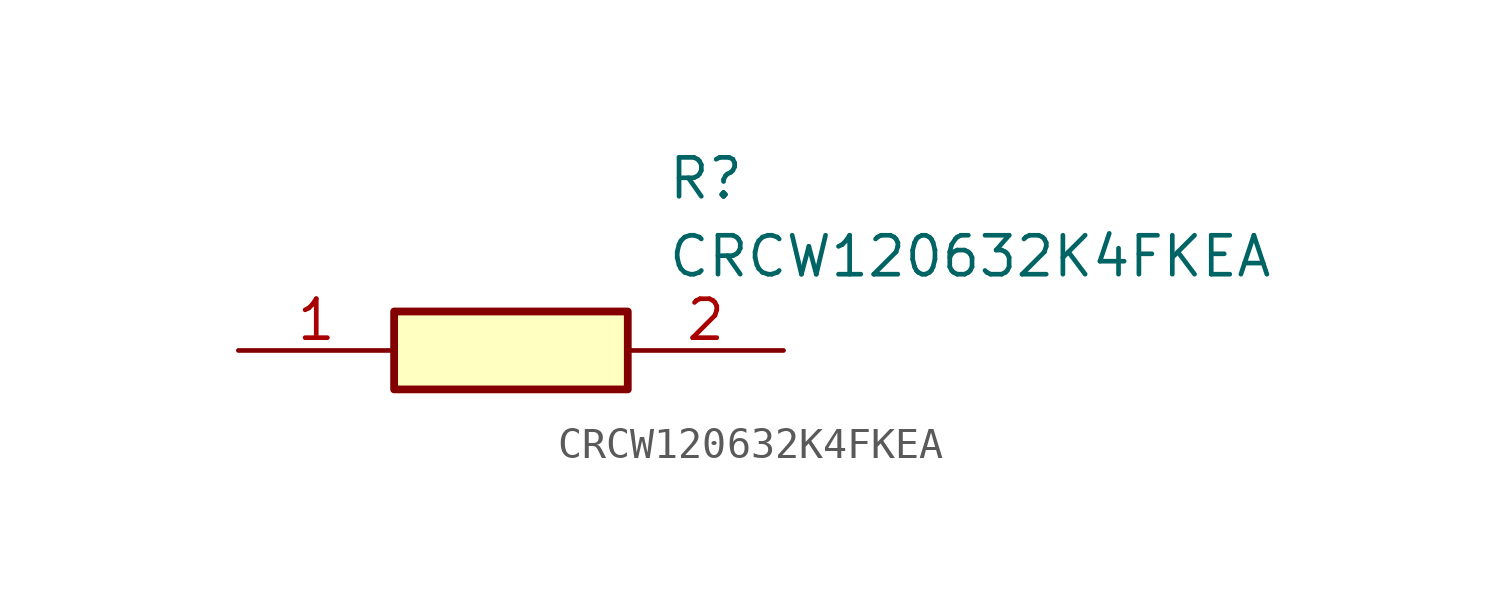
<source format=kicad_sym>
(kicad_symbol_lib
  (version 20211014)
  (generator SamacSys_ECAD_Model)
  (symbol "CRCW120632K4FKEA"
    (pin_names hide)
    (property "Reference" "R"
      (at 13.97 6.35 0)
      (effects (font (size 1.27 1.27)) (justify left top)))
    (property "Value" "CRCW120632K4FKEA"
      (at 13.97 3.81 0)
      (effects (font (size 1.27 1.27)) (justify left top)))
    (rectangle
      (start 5.08 1.27)
      (end 12.7 -1.27)
      (stroke (width 0.254) (type default))
      (fill (type background)))
    (pin passive line
      (at 0 0 0)
      (length 5.08)
      (name "1" (effects (font (size 1.27 1.27))))
      (number "1" (effects (font (size 1.27 1.27)))))
    (pin passive line
      (at 17.78 0 180)
      (length 5.08)
      (name "2" (effects (font (size 1.27 1.27))))
      (number "2" (effects (font (size 1.27 1.27)))))))
</source>
